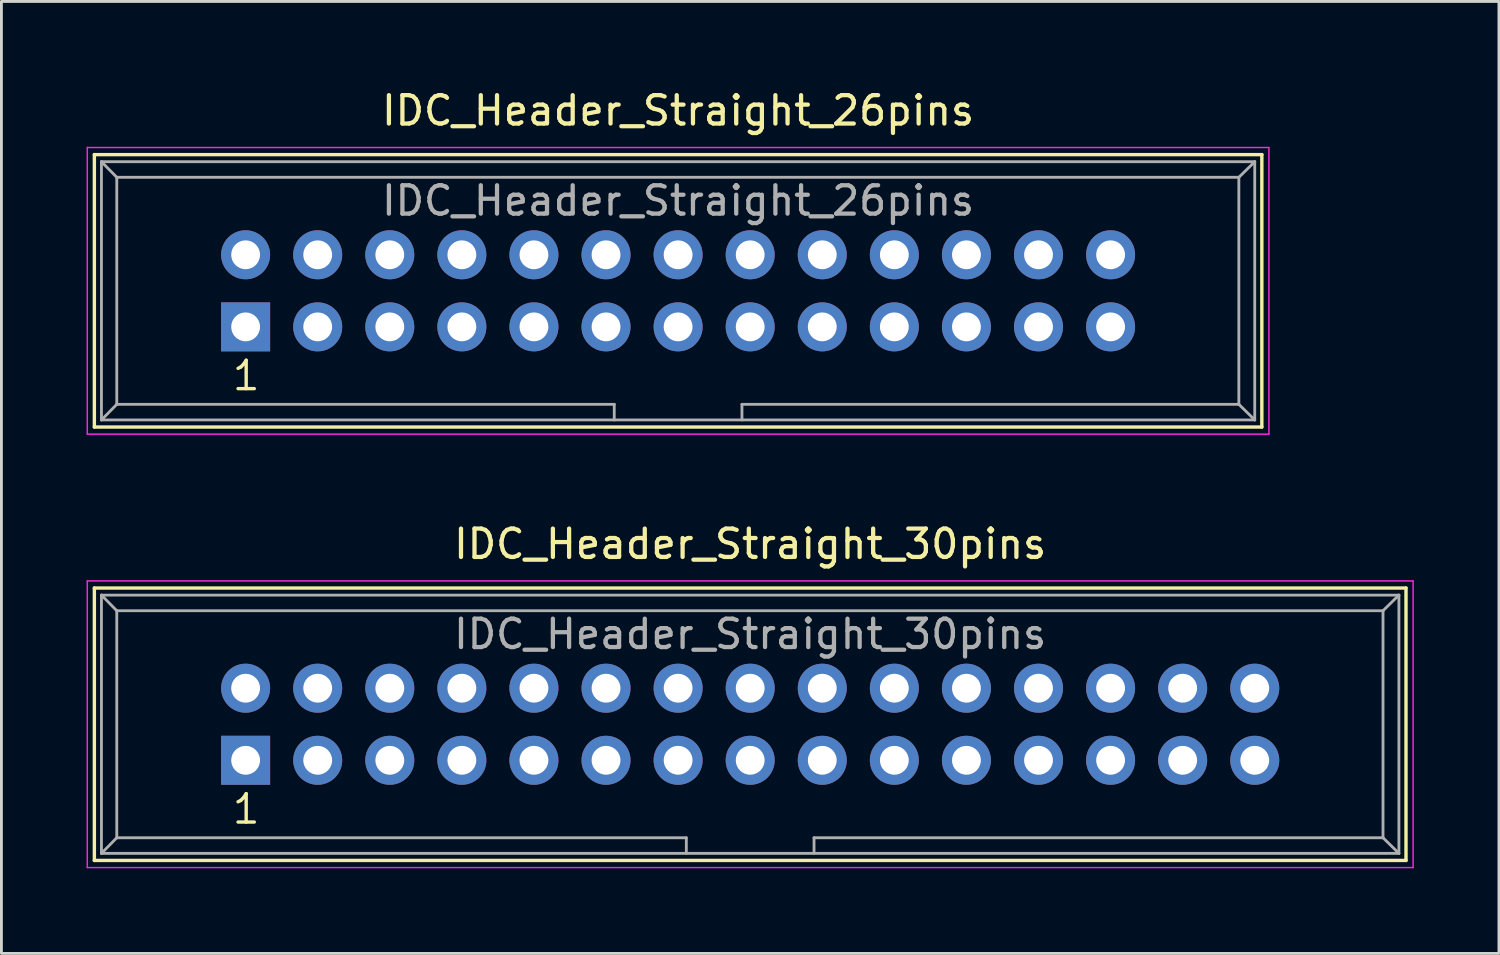
<source format=kicad_pcb>
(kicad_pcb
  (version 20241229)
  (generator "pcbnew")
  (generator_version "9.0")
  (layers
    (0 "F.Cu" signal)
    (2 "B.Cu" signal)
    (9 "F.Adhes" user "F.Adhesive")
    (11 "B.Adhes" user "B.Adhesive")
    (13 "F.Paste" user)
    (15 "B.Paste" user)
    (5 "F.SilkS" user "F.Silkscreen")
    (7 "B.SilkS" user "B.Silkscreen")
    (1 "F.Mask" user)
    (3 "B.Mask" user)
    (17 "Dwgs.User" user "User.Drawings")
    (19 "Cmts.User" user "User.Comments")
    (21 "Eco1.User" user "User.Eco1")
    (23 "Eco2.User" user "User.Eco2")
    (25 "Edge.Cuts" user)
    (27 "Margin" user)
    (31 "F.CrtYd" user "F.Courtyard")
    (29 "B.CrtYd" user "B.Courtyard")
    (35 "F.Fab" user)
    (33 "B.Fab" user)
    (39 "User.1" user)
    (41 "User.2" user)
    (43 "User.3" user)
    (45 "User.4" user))
  (footprint "IDC_Header_Straight_26pins"
    (layer "F.Cu")
    (at 5.605 8.468)
    (property "Reference" "IDC_Header_Straight_26pins" (at 15.24 -7.62 0) (layer "F.SilkS") (effects (font (size 1 1) (thickness 0.15))))
    (attr through_hole)
    (fp_line (start -5.33 -6.07) (end 35.81 -6.07) (stroke (width 0.12) (type solid)) (layer "F.SilkS"))
    (fp_line (start -5.33 3.53) (end -5.33 -6.07) (stroke (width 0.12) (type solid)) (layer "F.SilkS"))
    (fp_line (start 35.81 -6.07) (end 35.81 3.53) (stroke (width 0.12) (type solid)) (layer "F.SilkS"))
    (fp_line (start 35.81 3.53) (end -5.33 3.53) (stroke (width 0.12) (type solid)) (layer "F.SilkS"))
    (fp_line (start -5.58 -6.32) (end 36.06 -6.32) (stroke (width 0.05) (type solid)) (layer "F.CrtYd"))
    (fp_line (start -5.58 3.78) (end -5.58 -6.32) (stroke (width 0.05) (type solid)) (layer "F.CrtYd"))
    (fp_line (start 36.06 -6.32) (end 36.06 3.78) (stroke (width 0.05) (type solid)) (layer "F.CrtYd"))
    (fp_line (start 36.06 3.78) (end -5.58 3.78) (stroke (width 0.05) (type solid)) (layer "F.CrtYd"))
    (fp_line (start -5.08 -5.82) (end -5.08 3.28) (stroke (width 0.1) (type solid)) (layer "F.Fab"))
    (fp_line (start -5.08 -5.82) (end -4.54 -5.27) (stroke (width 0.1) (type solid)) (layer "F.Fab"))
    (fp_line (start -5.08 -5.82) (end 35.56 -5.82) (stroke (width 0.1) (type solid)) (layer "F.Fab"))
    (fp_line (start -5.08 3.28) (end -4.54 2.73) (stroke (width 0.1) (type solid)) (layer "F.Fab"))
    (fp_line (start -5.08 3.28) (end 35.56 3.28) (stroke (width 0.1) (type solid)) (layer "F.Fab"))
    (fp_line (start -4.54 -5.27) (end -4.54 2.73) (stroke (width 0.1) (type solid)) (layer "F.Fab"))
    (fp_line (start -4.54 -5.27) (end 35 -5.27) (stroke (width 0.1) (type solid)) (layer "F.Fab"))
    (fp_line (start -4.54 2.73) (end 12.99 2.73) (stroke (width 0.1) (type solid)) (layer "F.Fab"))
    (fp_line (start 12.99 2.73) (end 12.99 3.28) (stroke (width 0.1) (type solid)) (layer "F.Fab"))
    (fp_line (start 17.49 2.73) (end 17.49 3.28) (stroke (width 0.1) (type solid)) (layer "F.Fab"))
    (fp_line (start 17.49 2.73) (end 35 2.73) (stroke (width 0.1) (type solid)) (layer "F.Fab"))
    (fp_line (start 35 -5.27) (end 35 2.73) (stroke (width 0.1) (type solid)) (layer "F.Fab"))
    (fp_line (start 35.56 -5.82) (end 35 -5.27) (stroke (width 0.1) (type solid)) (layer "F.Fab"))
    (fp_line (start 35.56 -5.82) (end 35.56 3.28) (stroke (width 0.1) (type solid)) (layer "F.Fab"))
    (fp_line (start 35.56 3.28) (end 35 2.73) (stroke (width 0.1) (type solid)) (layer "F.Fab"))
    (fp_text user "1" (at 0.02 1.72 0) (layer "F.SilkS") (effects (font (size 1 1) (thickness 0.12))))
    (fp_text user "${REFERENCE}" (at 15.24 -4.445 0) (layer "F.Fab") (effects (font (size 1 1) (thickness 0.15))))
    (pad "1" thru_hole rect (at 0 0) (size 1.727 1.727) (drill 1.016) (layers "*.Cu" "*.Mask"))
    (pad "2" thru_hole oval (at 0 -2.54) (size 1.727 1.727) (drill 1.016) (layers "*.Cu" "*.Mask"))
    (pad "3" thru_hole oval (at 2.54 0) (size 1.727 1.727) (drill 1.016) (layers "*.Cu" "*.Mask"))
    (pad "4" thru_hole oval (at 2.54 -2.54) (size 1.727 1.727) (drill 1.016) (layers "*.Cu" "*.Mask"))
    (pad "5" thru_hole oval (at 5.08 0) (size 1.727 1.727) (drill 1.016) (layers "*.Cu" "*.Mask"))
    (pad "6" thru_hole oval (at 5.08 -2.54) (size 1.727 1.727) (drill 1.016) (layers "*.Cu" "*.Mask"))
    (pad "7" thru_hole oval (at 7.62 0) (size 1.727 1.727) (drill 1.016) (layers "*.Cu" "*.Mask"))
    (pad "8" thru_hole oval (at 7.62 -2.54) (size 1.727 1.727) (drill 1.016) (layers "*.Cu" "*.Mask"))
    (pad "9" thru_hole oval (at 10.16 0) (size 1.727 1.727) (drill 1.016) (layers "*.Cu" "*.Mask"))
    (pad "10" thru_hole oval (at 10.16 -2.54) (size 1.727 1.727) (drill 1.016) (layers "*.Cu" "*.Mask"))
    (pad "11" thru_hole oval (at 12.7 0) (size 1.727 1.727) (drill 1.016) (layers "*.Cu" "*.Mask"))
    (pad "12" thru_hole oval (at 12.7 -2.54) (size 1.727 1.727) (drill 1.016) (layers "*.Cu" "*.Mask"))
    (pad "13" thru_hole oval (at 15.24 0) (size 1.727 1.727) (drill 1.016) (layers "*.Cu" "*.Mask"))
    (pad "14" thru_hole oval (at 15.24 -2.54) (size 1.727 1.727) (drill 1.016) (layers "*.Cu" "*.Mask"))
    (pad "15" thru_hole oval (at 17.78 0) (size 1.727 1.727) (drill 1.016) (layers "*.Cu" "*.Mask"))
    (pad "16" thru_hole oval (at 17.78 -2.54) (size 1.727 1.727) (drill 1.016) (layers "*.Cu" "*.Mask"))
    (pad "17" thru_hole oval (at 20.32 0) (size 1.727 1.727) (drill 1.016) (layers "*.Cu" "*.Mask"))
    (pad "18" thru_hole oval (at 20.32 -2.54) (size 1.727 1.727) (drill 1.016) (layers "*.Cu" "*.Mask"))
    (pad "19" thru_hole oval (at 22.86 0) (size 1.727 1.727) (drill 1.016) (layers "*.Cu" "*.Mask"))
    (pad "20" thru_hole oval (at 22.86 -2.54) (size 1.727 1.727) (drill 1.016) (layers "*.Cu" "*.Mask"))
    (pad "21" thru_hole oval (at 25.4 0) (size 1.727 1.727) (drill 1.016) (layers "*.Cu" "*.Mask"))
    (pad "22" thru_hole oval (at 25.4 -2.54) (size 1.727 1.727) (drill 1.016) (layers "*.Cu" "*.Mask"))
    (pad "23" thru_hole oval (at 27.94 0) (size 1.727 1.727) (drill 1.016) (layers "*.Cu" "*.Mask"))
    (pad "24" thru_hole oval (at 27.94 -2.54) (size 1.727 1.727) (drill 1.016) (layers "*.Cu" "*.Mask"))
    (pad "25" thru_hole oval (at 30.48 0) (size 1.727 1.727) (drill 1.016) (layers "*.Cu" "*.Mask"))
    (pad "26" thru_hole oval (at 30.48 -2.54) (size 1.727 1.727) (drill 1.016) (layers "*.Cu" "*.Mask")))
  (footprint "IDC_Header_Straight_30pins"
    (layer "F.Cu")
    (at 5.605 23.741)
    (property "Reference" "IDC_Header_Straight_30pins" (at 17.78 -7.62 0) (layer "F.SilkS") (effects (font (size 1 1) (thickness 0.15))))
    (attr through_hole)
    (fp_line (start -5.33 -6.07) (end 40.89 -6.07) (stroke (width 0.12) (type solid)) (layer "F.SilkS"))
    (fp_line (start -5.33 3.53) (end -5.33 -6.07) (stroke (width 0.12) (type solid)) (layer "F.SilkS"))
    (fp_line (start 40.89 -6.07) (end 40.89 3.53) (stroke (width 0.12) (type solid)) (layer "F.SilkS"))
    (fp_line (start 40.89 3.53) (end -5.33 3.53) (stroke (width 0.12) (type solid)) (layer "F.SilkS"))
    (fp_line (start -5.58 -6.32) (end 41.14 -6.32) (stroke (width 0.05) (type solid)) (layer "F.CrtYd"))
    (fp_line (start -5.58 3.78) (end -5.58 -6.32) (stroke (width 0.05) (type solid)) (layer "F.CrtYd"))
    (fp_line (start 41.14 -6.32) (end 41.14 3.78) (stroke (width 0.05) (type solid)) (layer "F.CrtYd"))
    (fp_line (start 41.14 3.78) (end -5.58 3.78) (stroke (width 0.05) (type solid)) (layer "F.CrtYd"))
    (fp_line (start -5.08 -5.82) (end -5.08 3.28) (stroke (width 0.1) (type solid)) (layer "F.Fab"))
    (fp_line (start -5.08 -5.82) (end -4.54 -5.27) (stroke (width 0.1) (type solid)) (layer "F.Fab"))
    (fp_line (start -5.08 -5.82) (end 40.64 -5.82) (stroke (width 0.1) (type solid)) (layer "F.Fab"))
    (fp_line (start -5.08 3.28) (end -4.54 2.73) (stroke (width 0.1) (type solid)) (layer "F.Fab"))
    (fp_line (start -5.08 3.28) (end 40.64 3.28) (stroke (width 0.1) (type solid)) (layer "F.Fab"))
    (fp_line (start -4.54 -5.27) (end -4.54 2.73) (stroke (width 0.1) (type solid)) (layer "F.Fab"))
    (fp_line (start -4.54 -5.27) (end 40.08 -5.27) (stroke (width 0.1) (type solid)) (layer "F.Fab"))
    (fp_line (start -4.54 2.73) (end 15.53 2.73) (stroke (width 0.1) (type solid)) (layer "F.Fab"))
    (fp_line (start 15.53 2.73) (end 15.53 3.28) (stroke (width 0.1) (type solid)) (layer "F.Fab"))
    (fp_line (start 20.03 2.73) (end 20.03 3.28) (stroke (width 0.1) (type solid)) (layer "F.Fab"))
    (fp_line (start 20.03 2.73) (end 40.08 2.73) (stroke (width 0.1) (type solid)) (layer "F.Fab"))
    (fp_line (start 40.08 -5.27) (end 40.08 2.73) (stroke (width 0.1) (type solid)) (layer "F.Fab"))
    (fp_line (start 40.64 -5.82) (end 40.08 -5.27) (stroke (width 0.1) (type solid)) (layer "F.Fab"))
    (fp_line (start 40.64 -5.82) (end 40.64 3.28) (stroke (width 0.1) (type solid)) (layer "F.Fab"))
    (fp_line (start 40.64 3.28) (end 40.08 2.73) (stroke (width 0.1) (type solid)) (layer "F.Fab"))
    (fp_text user "1" (at 0.02 1.72 0) (layer "F.SilkS") (effects (font (size 1 1) (thickness 0.12))))
    (fp_text user "${REFERENCE}" (at 17.78 -4.445 0) (layer "F.Fab") (effects (font (size 1 1) (thickness 0.15))))
    (pad "1" thru_hole rect (at 0 0) (size 1.727 1.727) (drill 1.016) (layers "*.Cu" "*.Mask"))
    (pad "2" thru_hole oval (at 0 -2.54) (size 1.727 1.727) (drill 1.016) (layers "*.Cu" "*.Mask"))
    (pad "3" thru_hole oval (at 2.54 0) (size 1.727 1.727) (drill 1.016) (layers "*.Cu" "*.Mask"))
    (pad "4" thru_hole oval (at 2.54 -2.54) (size 1.727 1.727) (drill 1.016) (layers "*.Cu" "*.Mask"))
    (pad "5" thru_hole oval (at 5.08 0) (size 1.727 1.727) (drill 1.016) (layers "*.Cu" "*.Mask"))
    (pad "6" thru_hole oval (at 5.08 -2.54) (size 1.727 1.727) (drill 1.016) (layers "*.Cu" "*.Mask"))
    (pad "7" thru_hole oval (at 7.62 0) (size 1.727 1.727) (drill 1.016) (layers "*.Cu" "*.Mask"))
    (pad "8" thru_hole oval (at 7.62 -2.54) (size 1.727 1.727) (drill 1.016) (layers "*.Cu" "*.Mask"))
    (pad "9" thru_hole oval (at 10.16 0) (size 1.727 1.727) (drill 1.016) (layers "*.Cu" "*.Mask"))
    (pad "10" thru_hole oval (at 10.16 -2.54) (size 1.727 1.727) (drill 1.016) (layers "*.Cu" "*.Mask"))
    (pad "11" thru_hole oval (at 12.7 0) (size 1.727 1.727) (drill 1.016) (layers "*.Cu" "*.Mask"))
    (pad "12" thru_hole oval (at 12.7 -2.54) (size 1.727 1.727) (drill 1.016) (layers "*.Cu" "*.Mask"))
    (pad "13" thru_hole oval (at 15.24 0) (size 1.727 1.727) (drill 1.016) (layers "*.Cu" "*.Mask"))
    (pad "14" thru_hole oval (at 15.24 -2.54) (size 1.727 1.727) (drill 1.016) (layers "*.Cu" "*.Mask"))
    (pad "15" thru_hole oval (at 17.78 0) (size 1.727 1.727) (drill 1.016) (layers "*.Cu" "*.Mask"))
    (pad "16" thru_hole oval (at 17.78 -2.54) (size 1.727 1.727) (drill 1.016) (layers "*.Cu" "*.Mask"))
    (pad "17" thru_hole oval (at 20.32 0) (size 1.727 1.727) (drill 1.016) (layers "*.Cu" "*.Mask"))
    (pad "18" thru_hole oval (at 20.32 -2.54) (size 1.727 1.727) (drill 1.016) (layers "*.Cu" "*.Mask"))
    (pad "19" thru_hole oval (at 22.86 0) (size 1.727 1.727) (drill 1.016) (layers "*.Cu" "*.Mask"))
    (pad "20" thru_hole oval (at 22.86 -2.54) (size 1.727 1.727) (drill 1.016) (layers "*.Cu" "*.Mask"))
    (pad "21" thru_hole oval (at 25.4 0) (size 1.727 1.727) (drill 1.016) (layers "*.Cu" "*.Mask"))
    (pad "22" thru_hole oval (at 25.4 -2.54) (size 1.727 1.727) (drill 1.016) (layers "*.Cu" "*.Mask"))
    (pad "23" thru_hole oval (at 27.94 0) (size 1.727 1.727) (drill 1.016) (layers "*.Cu" "*.Mask"))
    (pad "24" thru_hole oval (at 27.94 -2.54) (size 1.727 1.727) (drill 1.016) (layers "*.Cu" "*.Mask"))
    (pad "25" thru_hole oval (at 30.48 0) (size 1.727 1.727) (drill 1.016) (layers "*.Cu" "*.Mask"))
    (pad "26" thru_hole oval (at 30.48 -2.54) (size 1.727 1.727) (drill 1.016) (layers "*.Cu" "*.Mask"))
    (pad "27" thru_hole oval (at 33.02 0) (size 1.727 1.727) (drill 1.016) (layers "*.Cu" "*.Mask"))
    (pad "28" thru_hole oval (at 33.02 -2.54) (size 1.727 1.727) (drill 1.016) (layers "*.Cu" "*.Mask"))
    (pad "29" thru_hole oval (at 35.56 0) (size 1.727 1.727) (drill 1.016) (layers "*.Cu" "*.Mask"))
    (pad "30" thru_hole oval (at 35.56 -2.54) (size 1.727 1.727) (drill 1.016) (layers "*.Cu" "*.Mask")))
  (gr_rect
    (start -3 -3)
    (end 49.77 30.547)
    (stroke (width 0.1) (type default))
    (fill no)
    (layer "Edge.Cuts")))
</source>
